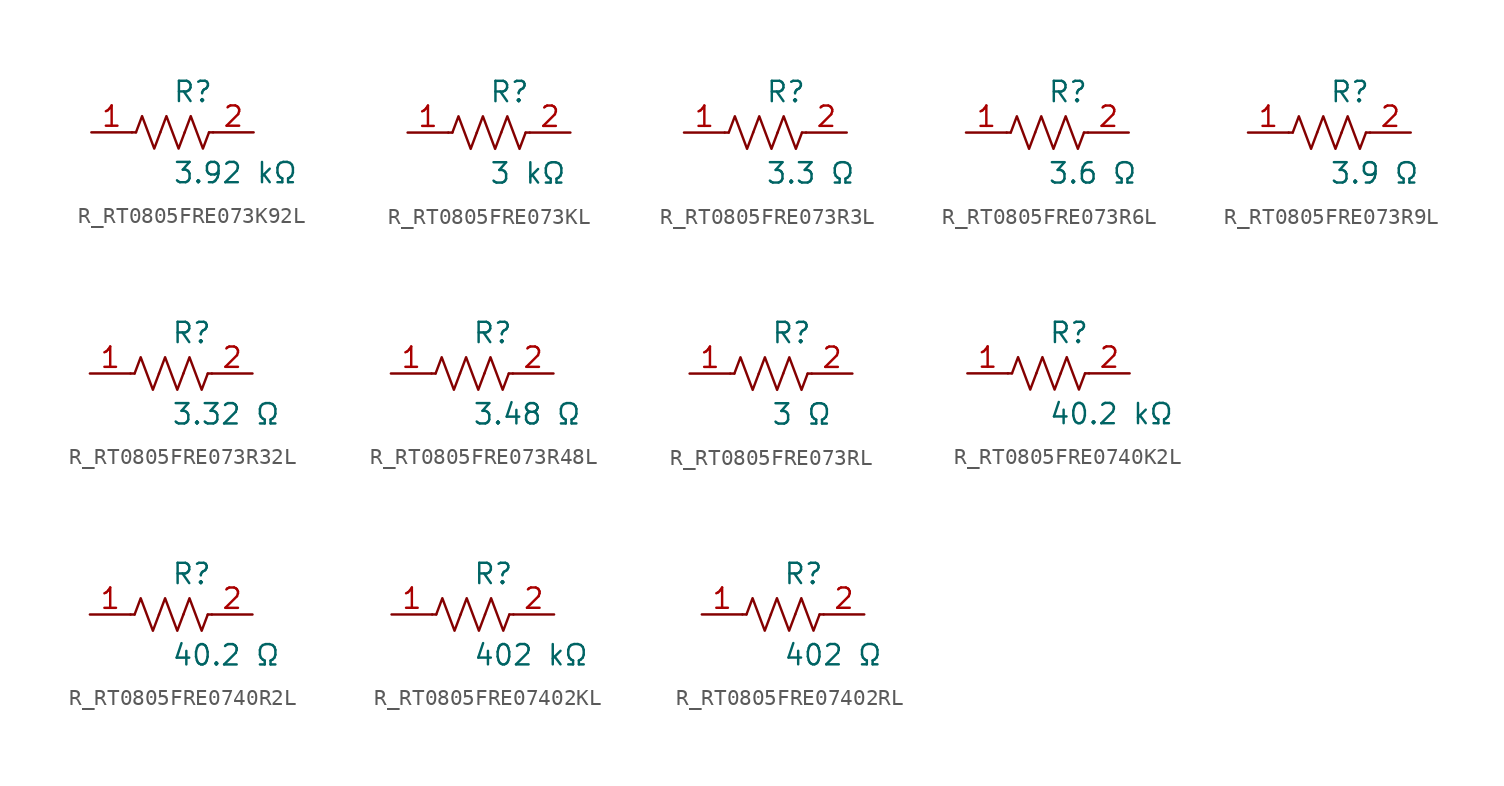
<source format=kicad_sym>
(kicad_symbol_lib
  (version 20231120)
  (generator kicad_symbol_editor)
  (generator_version 8.0)
  (symbol "R_RT0805FRE073K92L"
    (pin_names
      (offset 0.254))
    (property "Reference" "R"
      (at 0 2.54 0)
      (effects (font (size 1.27 1.27)) (justify left)))
    (property "Value" "3.92 kΩ"
      (at 0 -2.54 0)
      (effects (font (size 1.27 1.27)) (justify left)))
    (symbol "R_RT0805FRE073K92L_0_1"
      (polyline (pts (xy 2.286 0) (xy 2.54 0)) (stroke (width 0) (type default)) (fill (type none)))
      (polyline (pts (xy -2.286 0) (xy -2.54 0)) (stroke (width 0) (type default)) (fill (type none)))
      (polyline (pts (xy 0.762 0) (xy 1.143 1.016) (xy 1.524 0) (xy 1.905 -1.016) (xy 2.286 0)) (stroke (width 0) (type default)) (fill (type none)))
      (polyline (pts (xy -0.762 0) (xy -0.381 1.016) (xy 0 0) (xy 0.381 -1.016) (xy 0.762 0)) (stroke (width 0) (type default)) (fill (type none)))
      (polyline (pts (xy -2.286 0) (xy -1.905 1.016) (xy -1.524 0) (xy -1.143 -1.016) (xy -0.762 0)) (stroke (width 0) (type default)) (fill (type none))))
    (pin passive line
      (at -5.08 0 0)
      (length 2.54)
      (name "" (effects (font (size 1.27 1.27))))
      (number "1" (effects (font (size 1.27 1.27)))))
    (pin passive line
      (at 5.08 0 180)
      (length 2.54)
      (name "" (effects (font (size 1.27 1.27))))
      (number "2" (effects (font (size 1.27 1.27))))))
  (symbol "R_RT0805FRE073KL"
    (pin_names
      (offset 0.254))
    (property "Reference" "R"
      (at 0 2.54 0)
      (effects (font (size 1.27 1.27)) (justify left)))
    (property "Value" "3 kΩ"
      (at 0 -2.54 0)
      (effects (font (size 1.27 1.27)) (justify left)))
    (symbol "R_RT0805FRE073KL_0_1"
      (polyline (pts (xy 2.286 0) (xy 2.54 0)) (stroke (width 0) (type default)) (fill (type none)))
      (polyline (pts (xy -2.286 0) (xy -2.54 0)) (stroke (width 0) (type default)) (fill (type none)))
      (polyline (pts (xy 0.762 0) (xy 1.143 1.016) (xy 1.524 0) (xy 1.905 -1.016) (xy 2.286 0)) (stroke (width 0) (type default)) (fill (type none)))
      (polyline (pts (xy -0.762 0) (xy -0.381 1.016) (xy 0 0) (xy 0.381 -1.016) (xy 0.762 0)) (stroke (width 0) (type default)) (fill (type none)))
      (polyline (pts (xy -2.286 0) (xy -1.905 1.016) (xy -1.524 0) (xy -1.143 -1.016) (xy -0.762 0)) (stroke (width 0) (type default)) (fill (type none))))
    (pin passive line
      (at -5.08 0 0)
      (length 2.54)
      (name "" (effects (font (size 1.27 1.27))))
      (number "1" (effects (font (size 1.27 1.27)))))
    (pin passive line
      (at 5.08 0 180)
      (length 2.54)
      (name "" (effects (font (size 1.27 1.27))))
      (number "2" (effects (font (size 1.27 1.27))))))
  (symbol "R_RT0805FRE073R3L"
    (pin_names
      (offset 0.254))
    (property "Reference" "R"
      (at 0 2.54 0)
      (effects (font (size 1.27 1.27)) (justify left)))
    (property "Value" "3.3 Ω"
      (at 0 -2.54 0)
      (effects (font (size 1.27 1.27)) (justify left)))
    (symbol "R_RT0805FRE073R3L_0_1"
      (polyline (pts (xy 2.286 0) (xy 2.54 0)) (stroke (width 0) (type default)) (fill (type none)))
      (polyline (pts (xy -2.286 0) (xy -2.54 0)) (stroke (width 0) (type default)) (fill (type none)))
      (polyline (pts (xy 0.762 0) (xy 1.143 1.016) (xy 1.524 0) (xy 1.905 -1.016) (xy 2.286 0)) (stroke (width 0) (type default)) (fill (type none)))
      (polyline (pts (xy -0.762 0) (xy -0.381 1.016) (xy 0 0) (xy 0.381 -1.016) (xy 0.762 0)) (stroke (width 0) (type default)) (fill (type none)))
      (polyline (pts (xy -2.286 0) (xy -1.905 1.016) (xy -1.524 0) (xy -1.143 -1.016) (xy -0.762 0)) (stroke (width 0) (type default)) (fill (type none))))
    (pin passive line
      (at -5.08 0 0)
      (length 2.54)
      (name "" (effects (font (size 1.27 1.27))))
      (number "1" (effects (font (size 1.27 1.27)))))
    (pin passive line
      (at 5.08 0 180)
      (length 2.54)
      (name "" (effects (font (size 1.27 1.27))))
      (number "2" (effects (font (size 1.27 1.27))))))
  (symbol "R_RT0805FRE073R6L"
    (pin_names
      (offset 0.254))
    (property "Reference" "R"
      (at 0 2.54 0)
      (effects (font (size 1.27 1.27)) (justify left)))
    (property "Value" "3.6 Ω"
      (at 0 -2.54 0)
      (effects (font (size 1.27 1.27)) (justify left)))
    (symbol "R_RT0805FRE073R6L_0_1"
      (polyline (pts (xy 2.286 0) (xy 2.54 0)) (stroke (width 0) (type default)) (fill (type none)))
      (polyline (pts (xy -2.286 0) (xy -2.54 0)) (stroke (width 0) (type default)) (fill (type none)))
      (polyline (pts (xy 0.762 0) (xy 1.143 1.016) (xy 1.524 0) (xy 1.905 -1.016) (xy 2.286 0)) (stroke (width 0) (type default)) (fill (type none)))
      (polyline (pts (xy -0.762 0) (xy -0.381 1.016) (xy 0 0) (xy 0.381 -1.016) (xy 0.762 0)) (stroke (width 0) (type default)) (fill (type none)))
      (polyline (pts (xy -2.286 0) (xy -1.905 1.016) (xy -1.524 0) (xy -1.143 -1.016) (xy -0.762 0)) (stroke (width 0) (type default)) (fill (type none))))
    (pin passive line
      (at -5.08 0 0)
      (length 2.54)
      (name "" (effects (font (size 1.27 1.27))))
      (number "1" (effects (font (size 1.27 1.27)))))
    (pin passive line
      (at 5.08 0 180)
      (length 2.54)
      (name "" (effects (font (size 1.27 1.27))))
      (number "2" (effects (font (size 1.27 1.27))))))
  (symbol "R_RT0805FRE073R9L"
    (pin_names
      (offset 0.254))
    (property "Reference" "R"
      (at 0 2.54 0)
      (effects (font (size 1.27 1.27)) (justify left)))
    (property "Value" "3.9 Ω"
      (at 0 -2.54 0)
      (effects (font (size 1.27 1.27)) (justify left)))
    (symbol "R_RT0805FRE073R9L_0_1"
      (polyline (pts (xy 2.286 0) (xy 2.54 0)) (stroke (width 0) (type default)) (fill (type none)))
      (polyline (pts (xy -2.286 0) (xy -2.54 0)) (stroke (width 0) (type default)) (fill (type none)))
      (polyline (pts (xy 0.762 0) (xy 1.143 1.016) (xy 1.524 0) (xy 1.905 -1.016) (xy 2.286 0)) (stroke (width 0) (type default)) (fill (type none)))
      (polyline (pts (xy -0.762 0) (xy -0.381 1.016) (xy 0 0) (xy 0.381 -1.016) (xy 0.762 0)) (stroke (width 0) (type default)) (fill (type none)))
      (polyline (pts (xy -2.286 0) (xy -1.905 1.016) (xy -1.524 0) (xy -1.143 -1.016) (xy -0.762 0)) (stroke (width 0) (type default)) (fill (type none))))
    (pin passive line
      (at -5.08 0 0)
      (length 2.54)
      (name "" (effects (font (size 1.27 1.27))))
      (number "1" (effects (font (size 1.27 1.27)))))
    (pin passive line
      (at 5.08 0 180)
      (length 2.54)
      (name "" (effects (font (size 1.27 1.27))))
      (number "2" (effects (font (size 1.27 1.27))))))
  (symbol "R_RT0805FRE073R32L"
    (pin_names
      (offset 0.254))
    (property "Reference" "R"
      (at 0 2.54 0)
      (effects (font (size 1.27 1.27)) (justify left)))
    (property "Value" "3.32 Ω"
      (at 0 -2.54 0)
      (effects (font (size 1.27 1.27)) (justify left)))
    (symbol "R_RT0805FRE073R32L_0_1"
      (polyline (pts (xy 2.286 0) (xy 2.54 0)) (stroke (width 0) (type default)) (fill (type none)))
      (polyline (pts (xy -2.286 0) (xy -2.54 0)) (stroke (width 0) (type default)) (fill (type none)))
      (polyline (pts (xy 0.762 0) (xy 1.143 1.016) (xy 1.524 0) (xy 1.905 -1.016) (xy 2.286 0)) (stroke (width 0) (type default)) (fill (type none)))
      (polyline (pts (xy -0.762 0) (xy -0.381 1.016) (xy 0 0) (xy 0.381 -1.016) (xy 0.762 0)) (stroke (width 0) (type default)) (fill (type none)))
      (polyline (pts (xy -2.286 0) (xy -1.905 1.016) (xy -1.524 0) (xy -1.143 -1.016) (xy -0.762 0)) (stroke (width 0) (type default)) (fill (type none))))
    (pin passive line
      (at -5.08 0 0)
      (length 2.54)
      (name "" (effects (font (size 1.27 1.27))))
      (number "1" (effects (font (size 1.27 1.27)))))
    (pin passive line
      (at 5.08 0 180)
      (length 2.54)
      (name "" (effects (font (size 1.27 1.27))))
      (number "2" (effects (font (size 1.27 1.27))))))
  (symbol "R_RT0805FRE073R48L"
    (pin_names
      (offset 0.254))
    (property "Reference" "R"
      (at 0 2.54 0)
      (effects (font (size 1.27 1.27)) (justify left)))
    (property "Value" "3.48 Ω"
      (at 0 -2.54 0)
      (effects (font (size 1.27 1.27)) (justify left)))
    (symbol "R_RT0805FRE073R48L_0_1"
      (polyline (pts (xy 2.286 0) (xy 2.54 0)) (stroke (width 0) (type default)) (fill (type none)))
      (polyline (pts (xy -2.286 0) (xy -2.54 0)) (stroke (width 0) (type default)) (fill (type none)))
      (polyline (pts (xy 0.762 0) (xy 1.143 1.016) (xy 1.524 0) (xy 1.905 -1.016) (xy 2.286 0)) (stroke (width 0) (type default)) (fill (type none)))
      (polyline (pts (xy -0.762 0) (xy -0.381 1.016) (xy 0 0) (xy 0.381 -1.016) (xy 0.762 0)) (stroke (width 0) (type default)) (fill (type none)))
      (polyline (pts (xy -2.286 0) (xy -1.905 1.016) (xy -1.524 0) (xy -1.143 -1.016) (xy -0.762 0)) (stroke (width 0) (type default)) (fill (type none))))
    (pin passive line
      (at -5.08 0 0)
      (length 2.54)
      (name "" (effects (font (size 1.27 1.27))))
      (number "1" (effects (font (size 1.27 1.27)))))
    (pin passive line
      (at 5.08 0 180)
      (length 2.54)
      (name "" (effects (font (size 1.27 1.27))))
      (number "2" (effects (font (size 1.27 1.27))))))
  (symbol "R_RT0805FRE073RL"
    (pin_names
      (offset 0.254))
    (property "Reference" "R"
      (at 0 2.54 0)
      (effects (font (size 1.27 1.27)) (justify left)))
    (property "Value" "3 Ω"
      (at 0 -2.54 0)
      (effects (font (size 1.27 1.27)) (justify left)))
    (symbol "R_RT0805FRE073RL_0_1"
      (polyline (pts (xy 2.286 0) (xy 2.54 0)) (stroke (width 0) (type default)) (fill (type none)))
      (polyline (pts (xy -2.286 0) (xy -2.54 0)) (stroke (width 0) (type default)) (fill (type none)))
      (polyline (pts (xy 0.762 0) (xy 1.143 1.016) (xy 1.524 0) (xy 1.905 -1.016) (xy 2.286 0)) (stroke (width 0) (type default)) (fill (type none)))
      (polyline (pts (xy -0.762 0) (xy -0.381 1.016) (xy 0 0) (xy 0.381 -1.016) (xy 0.762 0)) (stroke (width 0) (type default)) (fill (type none)))
      (polyline (pts (xy -2.286 0) (xy -1.905 1.016) (xy -1.524 0) (xy -1.143 -1.016) (xy -0.762 0)) (stroke (width 0) (type default)) (fill (type none))))
    (pin passive line
      (at -5.08 0 0)
      (length 2.54)
      (name "" (effects (font (size 1.27 1.27))))
      (number "1" (effects (font (size 1.27 1.27)))))
    (pin passive line
      (at 5.08 0 180)
      (length 2.54)
      (name "" (effects (font (size 1.27 1.27))))
      (number "2" (effects (font (size 1.27 1.27))))))
  (symbol "R_RT0805FRE0740K2L"
    (pin_names
      (offset 0.254))
    (property "Reference" "R"
      (at 0 2.54 0)
      (effects (font (size 1.27 1.27)) (justify left)))
    (property "Value" "40.2 kΩ"
      (at 0 -2.54 0)
      (effects (font (size 1.27 1.27)) (justify left)))
    (symbol "R_RT0805FRE0740K2L_0_1"
      (polyline (pts (xy 2.286 0) (xy 2.54 0)) (stroke (width 0) (type default)) (fill (type none)))
      (polyline (pts (xy -2.286 0) (xy -2.54 0)) (stroke (width 0) (type default)) (fill (type none)))
      (polyline (pts (xy 0.762 0) (xy 1.143 1.016) (xy 1.524 0) (xy 1.905 -1.016) (xy 2.286 0)) (stroke (width 0) (type default)) (fill (type none)))
      (polyline (pts (xy -0.762 0) (xy -0.381 1.016) (xy 0 0) (xy 0.381 -1.016) (xy 0.762 0)) (stroke (width 0) (type default)) (fill (type none)))
      (polyline (pts (xy -2.286 0) (xy -1.905 1.016) (xy -1.524 0) (xy -1.143 -1.016) (xy -0.762 0)) (stroke (width 0) (type default)) (fill (type none))))
    (pin passive line
      (at -5.08 0 0)
      (length 2.54)
      (name "" (effects (font (size 1.27 1.27))))
      (number "1" (effects (font (size 1.27 1.27)))))
    (pin passive line
      (at 5.08 0 180)
      (length 2.54)
      (name "" (effects (font (size 1.27 1.27))))
      (number "2" (effects (font (size 1.27 1.27))))))
  (symbol "R_RT0805FRE0740R2L"
    (pin_names
      (offset 0.254))
    (property "Reference" "R"
      (at 0 2.54 0)
      (effects (font (size 1.27 1.27)) (justify left)))
    (property "Value" "40.2 Ω"
      (at 0 -2.54 0)
      (effects (font (size 1.27 1.27)) (justify left)))
    (symbol "R_RT0805FRE0740R2L_0_1"
      (polyline (pts (xy 2.286 0) (xy 2.54 0)) (stroke (width 0) (type default)) (fill (type none)))
      (polyline (pts (xy -2.286 0) (xy -2.54 0)) (stroke (width 0) (type default)) (fill (type none)))
      (polyline (pts (xy 0.762 0) (xy 1.143 1.016) (xy 1.524 0) (xy 1.905 -1.016) (xy 2.286 0)) (stroke (width 0) (type default)) (fill (type none)))
      (polyline (pts (xy -0.762 0) (xy -0.381 1.016) (xy 0 0) (xy 0.381 -1.016) (xy 0.762 0)) (stroke (width 0) (type default)) (fill (type none)))
      (polyline (pts (xy -2.286 0) (xy -1.905 1.016) (xy -1.524 0) (xy -1.143 -1.016) (xy -0.762 0)) (stroke (width 0) (type default)) (fill (type none))))
    (pin passive line
      (at -5.08 0 0)
      (length 2.54)
      (name "" (effects (font (size 1.27 1.27))))
      (number "1" (effects (font (size 1.27 1.27)))))
    (pin passive line
      (at 5.08 0 180)
      (length 2.54)
      (name "" (effects (font (size 1.27 1.27))))
      (number "2" (effects (font (size 1.27 1.27))))))
  (symbol "R_RT0805FRE07402KL"
    (pin_names
      (offset 0.254))
    (property "Reference" "R"
      (at 0 2.54 0)
      (effects (font (size 1.27 1.27)) (justify left)))
    (property "Value" "402 kΩ"
      (at 0 -2.54 0)
      (effects (font (size 1.27 1.27)) (justify left)))
    (symbol "R_RT0805FRE07402KL_0_1"
      (polyline (pts (xy 2.286 0) (xy 2.54 0)) (stroke (width 0) (type default)) (fill (type none)))
      (polyline (pts (xy -2.286 0) (xy -2.54 0)) (stroke (width 0) (type default)) (fill (type none)))
      (polyline (pts (xy 0.762 0) (xy 1.143 1.016) (xy 1.524 0) (xy 1.905 -1.016) (xy 2.286 0)) (stroke (width 0) (type default)) (fill (type none)))
      (polyline (pts (xy -0.762 0) (xy -0.381 1.016) (xy 0 0) (xy 0.381 -1.016) (xy 0.762 0)) (stroke (width 0) (type default)) (fill (type none)))
      (polyline (pts (xy -2.286 0) (xy -1.905 1.016) (xy -1.524 0) (xy -1.143 -1.016) (xy -0.762 0)) (stroke (width 0) (type default)) (fill (type none))))
    (pin passive line
      (at -5.08 0 0)
      (length 2.54)
      (name "" (effects (font (size 1.27 1.27))))
      (number "1" (effects (font (size 1.27 1.27)))))
    (pin passive line
      (at 5.08 0 180)
      (length 2.54)
      (name "" (effects (font (size 1.27 1.27))))
      (number "2" (effects (font (size 1.27 1.27))))))
  (symbol "R_RT0805FRE07402RL"
    (pin_names
      (offset 0.254))
    (property "Reference" "R"
      (at 0 2.54 0)
      (effects (font (size 1.27 1.27)) (justify left)))
    (property "Value" "402 Ω"
      (at 0 -2.54 0)
      (effects (font (size 1.27 1.27)) (justify left)))
    (symbol "R_RT0805FRE07402RL_0_1"
      (polyline (pts (xy 2.286 0) (xy 2.54 0)) (stroke (width 0) (type default)) (fill (type none)))
      (polyline (pts (xy -2.286 0) (xy -2.54 0)) (stroke (width 0) (type default)) (fill (type none)))
      (polyline (pts (xy 0.762 0) (xy 1.143 1.016) (xy 1.524 0) (xy 1.905 -1.016) (xy 2.286 0)) (stroke (width 0) (type default)) (fill (type none)))
      (polyline (pts (xy -0.762 0) (xy -0.381 1.016) (xy 0 0) (xy 0.381 -1.016) (xy 0.762 0)) (stroke (width 0) (type default)) (fill (type none)))
      (polyline (pts (xy -2.286 0) (xy -1.905 1.016) (xy -1.524 0) (xy -1.143 -1.016) (xy -0.762 0)) (stroke (width 0) (type default)) (fill (type none))))
    (pin passive line
      (at -5.08 0 0)
      (length 2.54)
      (name "" (effects (font (size 1.27 1.27))))
      (number "1" (effects (font (size 1.27 1.27)))))
    (pin passive line
      (at 5.08 0 180)
      (length 2.54)
      (name "" (effects (font (size 1.27 1.27))))
      (number "2" (effects (font (size 1.27 1.27)))))))
</source>
